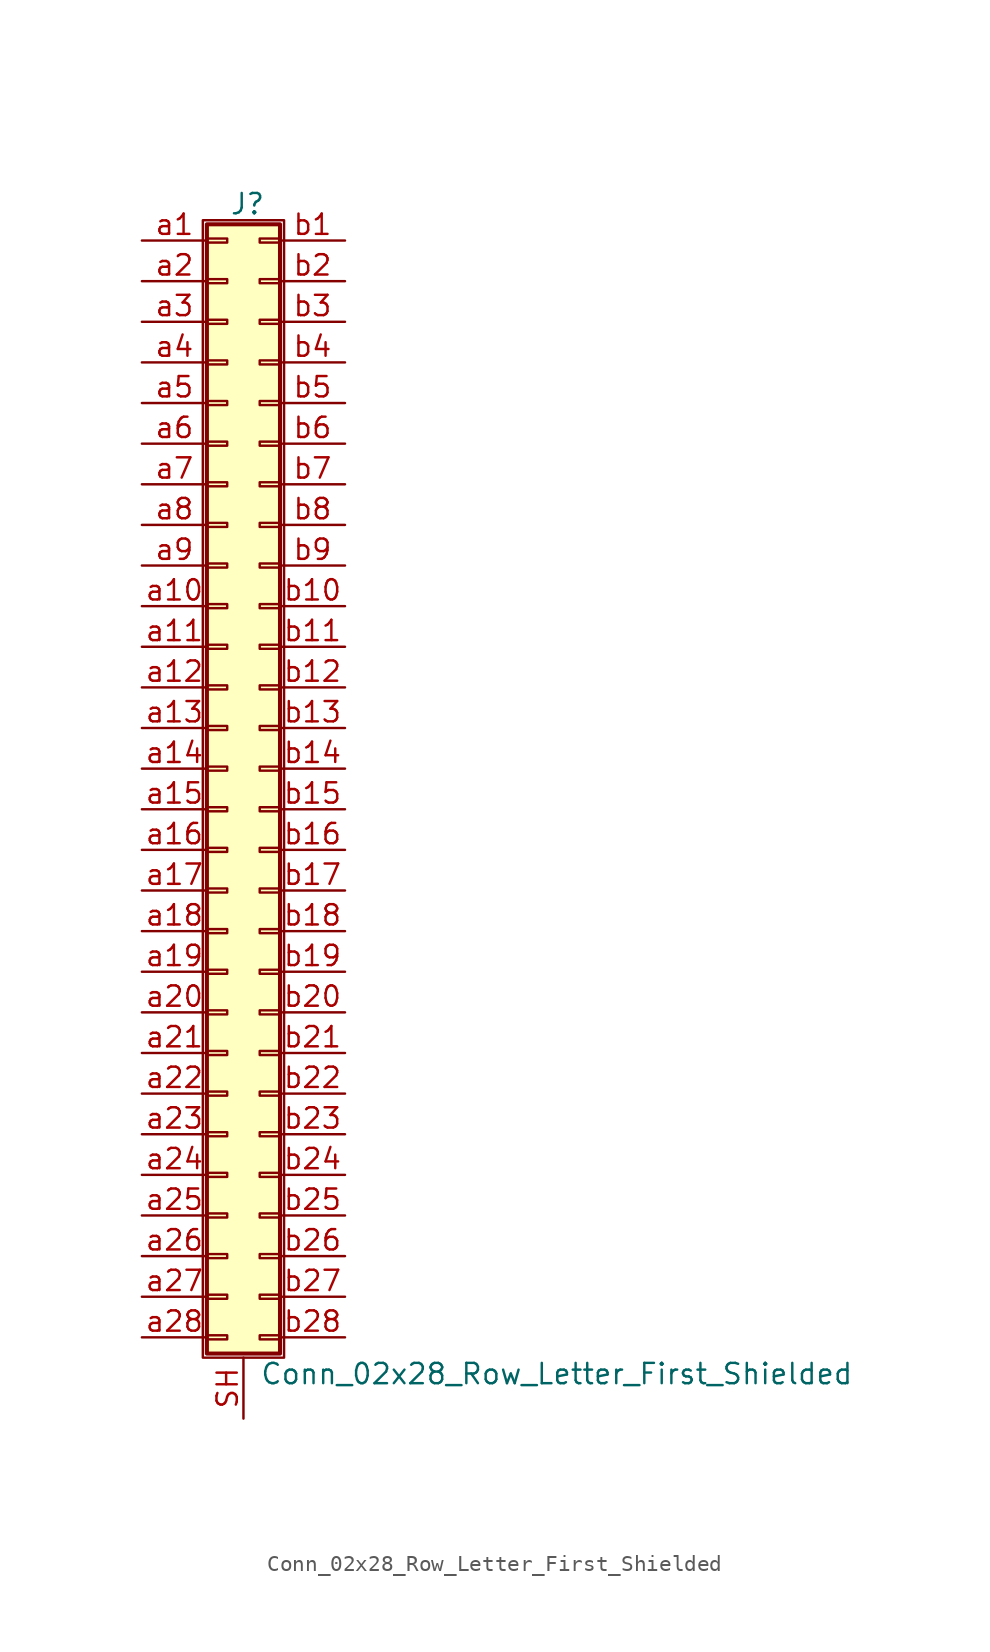
<source format=kicad_sym>
(kicad_symbol_lib
  (version 20201005)
  (generator kicad_symbol_editor)
  (symbol "Conn_02x28_Row_Letter_First_Shielded"
    (pin_names
      (offset 1.016) hide)
    (property "Reference" "J"
      (at 1.524 35.306 0)
      (effects (font (size 1.27 1.27))))
    (property "Value" "Conn_02x28_Row_Letter_First_Shielded"
      (at 2.286 -37.846 0)
      (effects (font (size 1.27 1.27)) (justify left)))
    (symbol "Conn_02x28_Row_Letter_First_Shielded_1_1"
      (rectangle (start -1.27 34.29) (end 3.81 -36.83) (stroke (width 0.152)) (fill (type none)))
      (rectangle (start -1.016 -35.433) (end 0.254 -35.687) (stroke (width 0.152)) (fill (type none)))
      (rectangle (start -1.016 -32.893) (end 0.254 -33.147) (stroke (width 0.152)) (fill (type none)))
      (rectangle (start -1.016 -30.353) (end 0.254 -30.607) (stroke (width 0.152)) (fill (type none)))
      (rectangle (start -1.016 -27.813) (end 0.254 -28.067) (stroke (width 0.152)) (fill (type none)))
      (rectangle (start -1.016 -25.273) (end 0.254 -25.527) (stroke (width 0.152)) (fill (type none)))
      (rectangle (start -1.016 -22.733) (end 0.254 -22.987) (stroke (width 0.152)) (fill (type none)))
      (rectangle (start -1.016 -20.193) (end 0.254 -20.447) (stroke (width 0.152)) (fill (type none)))
      (rectangle (start -1.016 -17.653) (end 0.254 -17.907) (stroke (width 0.152)) (fill (type none)))
      (rectangle (start -1.016 -15.113) (end 0.254 -15.367) (stroke (width 0.152)) (fill (type none)))
      (rectangle (start -1.016 -12.573) (end 0.254 -12.827) (stroke (width 0.152)) (fill (type none)))
      (rectangle (start -1.016 -10.033) (end 0.254 -10.287) (stroke (width 0.152)) (fill (type none)))
      (rectangle (start -1.016 -7.493) (end 0.254 -7.747) (stroke (width 0.152)) (fill (type none)))
      (rectangle (start -1.016 -4.953) (end 0.254 -5.207) (stroke (width 0.152)) (fill (type none)))
      (rectangle (start -1.016 -2.413) (end 0.254 -2.667) (stroke (width 0.152)) (fill (type none)))
      (rectangle (start -1.016 0.127) (end 0.254 -0.127) (stroke (width 0.152)) (fill (type none)))
      (rectangle (start -1.016 2.667) (end 0.254 2.413) (stroke (width 0.152)) (fill (type none)))
      (rectangle (start -1.016 5.207) (end 0.254 4.953) (stroke (width 0.152)) (fill (type none)))
      (rectangle (start -1.016 7.747) (end 0.254 7.493) (stroke (width 0.152)) (fill (type none)))
      (rectangle (start -1.016 10.287) (end 0.254 10.033) (stroke (width 0.152)) (fill (type none)))
      (rectangle (start -1.016 12.827) (end 0.254 12.573) (stroke (width 0.152)) (fill (type none)))
      (rectangle (start -1.016 15.367) (end 0.254 15.113) (stroke (width 0.152)) (fill (type none)))
      (rectangle (start -1.016 17.907) (end 0.254 17.653) (stroke (width 0.152)) (fill (type none)))
      (rectangle (start -1.016 20.447) (end 0.254 20.193) (stroke (width 0.152)) (fill (type none)))
      (rectangle (start -1.016 22.987) (end 0.254 22.733) (stroke (width 0.152)) (fill (type none)))
      (rectangle (start -1.016 25.527) (end 0.254 25.273) (stroke (width 0.152)) (fill (type none)))
      (rectangle (start -1.016 28.067) (end 0.254 27.813) (stroke (width 0.152)) (fill (type none)))
      (rectangle (start -1.016 30.607) (end 0.254 30.353) (stroke (width 0.152)) (fill (type none)))
      (rectangle (start -1.016 33.147) (end 0.254 32.893) (stroke (width 0.152)) (fill (type none)))
      (rectangle (start 3.556 -35.433) (end 2.286 -35.687) (stroke (width 0.152)) (fill (type none)))
      (rectangle (start 3.556 -32.893) (end 2.286 -33.147) (stroke (width 0.152)) (fill (type none)))
      (rectangle (start 3.556 -30.353) (end 2.286 -30.607) (stroke (width 0.152)) (fill (type none)))
      (rectangle (start 3.556 -27.813) (end 2.286 -28.067) (stroke (width 0.152)) (fill (type none)))
      (rectangle (start 3.556 -25.273) (end 2.286 -25.527) (stroke (width 0.152)) (fill (type none)))
      (rectangle (start 3.556 -22.733) (end 2.286 -22.987) (stroke (width 0.152)) (fill (type none)))
      (rectangle (start 3.556 -20.193) (end 2.286 -20.447) (stroke (width 0.152)) (fill (type none)))
      (rectangle (start 3.556 -17.653) (end 2.286 -17.907) (stroke (width 0.152)) (fill (type none)))
      (rectangle (start 3.556 -15.113) (end 2.286 -15.367) (stroke (width 0.152)) (fill (type none)))
      (rectangle (start 3.556 -12.573) (end 2.286 -12.827) (stroke (width 0.152)) (fill (type none)))
      (rectangle (start 3.556 -10.033) (end 2.286 -10.287) (stroke (width 0.152)) (fill (type none)))
      (rectangle (start 3.556 -7.493) (end 2.286 -7.747) (stroke (width 0.152)) (fill (type none)))
      (rectangle (start 3.556 -4.953) (end 2.286 -5.207) (stroke (width 0.152)) (fill (type none)))
      (rectangle (start 3.556 -2.413) (end 2.286 -2.667) (stroke (width 0.152)) (fill (type none)))
      (rectangle (start 3.556 0.127) (end 2.286 -0.127) (stroke (width 0.152)) (fill (type none)))
      (rectangle (start 3.556 2.667) (end 2.286 2.413) (stroke (width 0.152)) (fill (type none)))
      (rectangle (start 3.556 5.207) (end 2.286 4.953) (stroke (width 0.152)) (fill (type none)))
      (rectangle (start 3.556 7.747) (end 2.286 7.493) (stroke (width 0.152)) (fill (type none)))
      (rectangle (start 3.556 10.287) (end 2.286 10.033) (stroke (width 0.152)) (fill (type none)))
      (rectangle (start 3.556 12.827) (end 2.286 12.573) (stroke (width 0.152)) (fill (type none)))
      (rectangle (start 3.556 15.367) (end 2.286 15.113) (stroke (width 0.152)) (fill (type none)))
      (rectangle (start 3.556 17.907) (end 2.286 17.653) (stroke (width 0.152)) (fill (type none)))
      (rectangle (start 3.556 20.447) (end 2.286 20.193) (stroke (width 0.152)) (fill (type none)))
      (rectangle (start 3.556 22.987) (end 2.286 22.733) (stroke (width 0.152)) (fill (type none)))
      (rectangle (start 3.556 25.527) (end 2.286 25.273) (stroke (width 0.152)) (fill (type none)))
      (rectangle (start 3.556 28.067) (end 2.286 27.813) (stroke (width 0.152)) (fill (type none)))
      (rectangle (start 3.556 30.607) (end 2.286 30.353) (stroke (width 0.152)) (fill (type none)))
      (rectangle (start 3.556 33.147) (end 2.286 32.893) (stroke (width 0.152)) (fill (type none)))
      (rectangle (start -1.016 34.036) (end 3.556 -36.576) (stroke (width 0.254)) (fill (type background)))
      (pin passive line (at 1.27 -40.64 90) (length 3.81) (name "Shield" (effects (font (size 1.27 1.27)))) (number "SH" (effects (font (size 1.27 1.27)))))
      (pin passive line (at -5.08 33.02 0) (length 4.064) (name "Pin_a1" (effects (font (size 1.27 1.27)))) (number "a1" (effects (font (size 1.27 1.27)))))
      (pin passive line (at -5.08 10.16 0) (length 4.064) (name "Pin_a10" (effects (font (size 1.27 1.27)))) (number "a10" (effects (font (size 1.27 1.27)))))
      (pin passive line (at -5.08 7.62 0) (length 4.064) (name "Pin_a11" (effects (font (size 1.27 1.27)))) (number "a11" (effects (font (size 1.27 1.27)))))
      (pin passive line (at -5.08 5.08 0) (length 4.064) (name "Pin_a12" (effects (font (size 1.27 1.27)))) (number "a12" (effects (font (size 1.27 1.27)))))
      (pin passive line (at -5.08 2.54 0) (length 4.064) (name "Pin_a13" (effects (font (size 1.27 1.27)))) (number "a13" (effects (font (size 1.27 1.27)))))
      (pin passive line (at -5.08 0 0) (length 4.064) (name "Pin_a14" (effects (font (size 1.27 1.27)))) (number "a14" (effects (font (size 1.27 1.27)))))
      (pin passive line (at -5.08 -2.54 0) (length 4.064) (name "Pin_a15" (effects (font (size 1.27 1.27)))) (number "a15" (effects (font (size 1.27 1.27)))))
      (pin passive line (at -5.08 -5.08 0) (length 4.064) (name "Pin_a16" (effects (font (size 1.27 1.27)))) (number "a16" (effects (font (size 1.27 1.27)))))
      (pin passive line (at -5.08 -7.62 0) (length 4.064) (name "Pin_a17" (effects (font (size 1.27 1.27)))) (number "a17" (effects (font (size 1.27 1.27)))))
      (pin passive line (at -5.08 -10.16 0) (length 4.064) (name "Pin_a18" (effects (font (size 1.27 1.27)))) (number "a18" (effects (font (size 1.27 1.27)))))
      (pin passive line (at -5.08 -12.7 0) (length 4.064) (name "Pin_a19" (effects (font (size 1.27 1.27)))) (number "a19" (effects (font (size 1.27 1.27)))))
      (pin passive line (at -5.08 30.48 0) (length 4.064) (name "Pin_a2" (effects (font (size 1.27 1.27)))) (number "a2" (effects (font (size 1.27 1.27)))))
      (pin passive line (at -5.08 -15.24 0) (length 4.064) (name "Pin_a20" (effects (font (size 1.27 1.27)))) (number "a20" (effects (font (size 1.27 1.27)))))
      (pin passive line (at -5.08 -17.78 0) (length 4.064) (name "Pin_a21" (effects (font (size 1.27 1.27)))) (number "a21" (effects (font (size 1.27 1.27)))))
      (pin passive line (at -5.08 -20.32 0) (length 4.064) (name "Pin_a22" (effects (font (size 1.27 1.27)))) (number "a22" (effects (font (size 1.27 1.27)))))
      (pin passive line (at -5.08 -22.86 0) (length 4.064) (name "Pin_a23" (effects (font (size 1.27 1.27)))) (number "a23" (effects (font (size 1.27 1.27)))))
      (pin passive line (at -5.08 -25.4 0) (length 4.064) (name "Pin_a24" (effects (font (size 1.27 1.27)))) (number "a24" (effects (font (size 1.27 1.27)))))
      (pin passive line (at -5.08 -27.94 0) (length 4.064) (name "Pin_a25" (effects (font (size 1.27 1.27)))) (number "a25" (effects (font (size 1.27 1.27)))))
      (pin passive line (at -5.08 -30.48 0) (length 4.064) (name "Pin_a26" (effects (font (size 1.27 1.27)))) (number "a26" (effects (font (size 1.27 1.27)))))
      (pin passive line (at -5.08 -33.02 0) (length 4.064) (name "Pin_a27" (effects (font (size 1.27 1.27)))) (number "a27" (effects (font (size 1.27 1.27)))))
      (pin passive line (at -5.08 -35.56 0) (length 4.064) (name "Pin_a28" (effects (font (size 1.27 1.27)))) (number "a28" (effects (font (size 1.27 1.27)))))
      (pin passive line (at -5.08 27.94 0) (length 4.064) (name "Pin_a3" (effects (font (size 1.27 1.27)))) (number "a3" (effects (font (size 1.27 1.27)))))
      (pin passive line (at -5.08 25.4 0) (length 4.064) (name "Pin_a4" (effects (font (size 1.27 1.27)))) (number "a4" (effects (font (size 1.27 1.27)))))
      (pin passive line (at -5.08 22.86 0) (length 4.064) (name "Pin_a5" (effects (font (size 1.27 1.27)))) (number "a5" (effects (font (size 1.27 1.27)))))
      (pin passive line (at -5.08 20.32 0) (length 4.064) (name "Pin_a6" (effects (font (size 1.27 1.27)))) (number "a6" (effects (font (size 1.27 1.27)))))
      (pin passive line (at -5.08 17.78 0) (length 4.064) (name "Pin_a7" (effects (font (size 1.27 1.27)))) (number "a7" (effects (font (size 1.27 1.27)))))
      (pin passive line (at -5.08 15.24 0) (length 4.064) (name "Pin_a8" (effects (font (size 1.27 1.27)))) (number "a8" (effects (font (size 1.27 1.27)))))
      (pin passive line (at -5.08 12.7 0) (length 4.064) (name "Pin_a9" (effects (font (size 1.27 1.27)))) (number "a9" (effects (font (size 1.27 1.27)))))
      (pin passive line (at 7.62 33.02 180) (length 4.064) (name "Pin_b1" (effects (font (size 1.27 1.27)))) (number "b1" (effects (font (size 1.27 1.27)))))
      (pin passive line (at 7.62 10.16 180) (length 4.064) (name "Pin_b10" (effects (font (size 1.27 1.27)))) (number "b10" (effects (font (size 1.27 1.27)))))
      (pin passive line (at 7.62 7.62 180) (length 4.064) (name "Pin_b11" (effects (font (size 1.27 1.27)))) (number "b11" (effects (font (size 1.27 1.27)))))
      (pin passive line (at 7.62 5.08 180) (length 4.064) (name "Pin_b12" (effects (font (size 1.27 1.27)))) (number "b12" (effects (font (size 1.27 1.27)))))
      (pin passive line (at 7.62 2.54 180) (length 4.064) (name "Pin_b13" (effects (font (size 1.27 1.27)))) (number "b13" (effects (font (size 1.27 1.27)))))
      (pin passive line (at 7.62 0 180) (length 4.064) (name "Pin_b14" (effects (font (size 1.27 1.27)))) (number "b14" (effects (font (size 1.27 1.27)))))
      (pin passive line (at 7.62 -2.54 180) (length 4.064) (name "Pin_b15" (effects (font (size 1.27 1.27)))) (number "b15" (effects (font (size 1.27 1.27)))))
      (pin passive line (at 7.62 -5.08 180) (length 4.064) (name "Pin_b16" (effects (font (size 1.27 1.27)))) (number "b16" (effects (font (size 1.27 1.27)))))
      (pin passive line (at 7.62 -7.62 180) (length 4.064) (name "Pin_b17" (effects (font (size 1.27 1.27)))) (number "b17" (effects (font (size 1.27 1.27)))))
      (pin passive line (at 7.62 -10.16 180) (length 4.064) (name "Pin_b18" (effects (font (size 1.27 1.27)))) (number "b18" (effects (font (size 1.27 1.27)))))
      (pin passive line (at 7.62 -12.7 180) (length 4.064) (name "Pin_b19" (effects (font (size 1.27 1.27)))) (number "b19" (effects (font (size 1.27 1.27)))))
      (pin passive line (at 7.62 30.48 180) (length 4.064) (name "Pin_b2" (effects (font (size 1.27 1.27)))) (number "b2" (effects (font (size 1.27 1.27)))))
      (pin passive line (at 7.62 -15.24 180) (length 4.064) (name "Pin_b20" (effects (font (size 1.27 1.27)))) (number "b20" (effects (font (size 1.27 1.27)))))
      (pin passive line (at 7.62 -17.78 180) (length 4.064) (name "Pin_b21" (effects (font (size 1.27 1.27)))) (number "b21" (effects (font (size 1.27 1.27)))))
      (pin passive line (at 7.62 -20.32 180) (length 4.064) (name "Pin_b22" (effects (font (size 1.27 1.27)))) (number "b22" (effects (font (size 1.27 1.27)))))
      (pin passive line (at 7.62 -22.86 180) (length 4.064) (name "Pin_b23" (effects (font (size 1.27 1.27)))) (number "b23" (effects (font (size 1.27 1.27)))))
      (pin passive line (at 7.62 -25.4 180) (length 4.064) (name "Pin_b24" (effects (font (size 1.27 1.27)))) (number "b24" (effects (font (size 1.27 1.27)))))
      (pin passive line (at 7.62 -27.94 180) (length 4.064) (name "Pin_b25" (effects (font (size 1.27 1.27)))) (number "b25" (effects (font (size 1.27 1.27)))))
      (pin passive line (at 7.62 -30.48 180) (length 4.064) (name "Pin_b26" (effects (font (size 1.27 1.27)))) (number "b26" (effects (font (size 1.27 1.27)))))
      (pin passive line (at 7.62 -33.02 180) (length 4.064) (name "Pin_b27" (effects (font (size 1.27 1.27)))) (number "b27" (effects (font (size 1.27 1.27)))))
      (pin passive line (at 7.62 -35.56 180) (length 4.064) (name "Pin_b28" (effects (font (size 1.27 1.27)))) (number "b28" (effects (font (size 1.27 1.27)))))
      (pin passive line (at 7.62 27.94 180) (length 4.064) (name "Pin_b3" (effects (font (size 1.27 1.27)))) (number "b3" (effects (font (size 1.27 1.27)))))
      (pin passive line (at 7.62 25.4 180) (length 4.064) (name "Pin_b4" (effects (font (size 1.27 1.27)))) (number "b4" (effects (font (size 1.27 1.27)))))
      (pin passive line (at 7.62 22.86 180) (length 4.064) (name "Pin_b5" (effects (font (size 1.27 1.27)))) (number "b5" (effects (font (size 1.27 1.27)))))
      (pin passive line (at 7.62 20.32 180) (length 4.064) (name "Pin_b6" (effects (font (size 1.27 1.27)))) (number "b6" (effects (font (size 1.27 1.27)))))
      (pin passive line (at 7.62 17.78 180) (length 4.064) (name "Pin_b7" (effects (font (size 1.27 1.27)))) (number "b7" (effects (font (size 1.27 1.27)))))
      (pin passive line (at 7.62 15.24 180) (length 4.064) (name "Pin_b8" (effects (font (size 1.27 1.27)))) (number "b8" (effects (font (size 1.27 1.27)))))
      (pin passive line (at 7.62 12.7 180) (length 4.064) (name "Pin_b9" (effects (font (size 1.27 1.27)))) (number "b9" (effects (font (size 1.27 1.27))))))))
</source>
